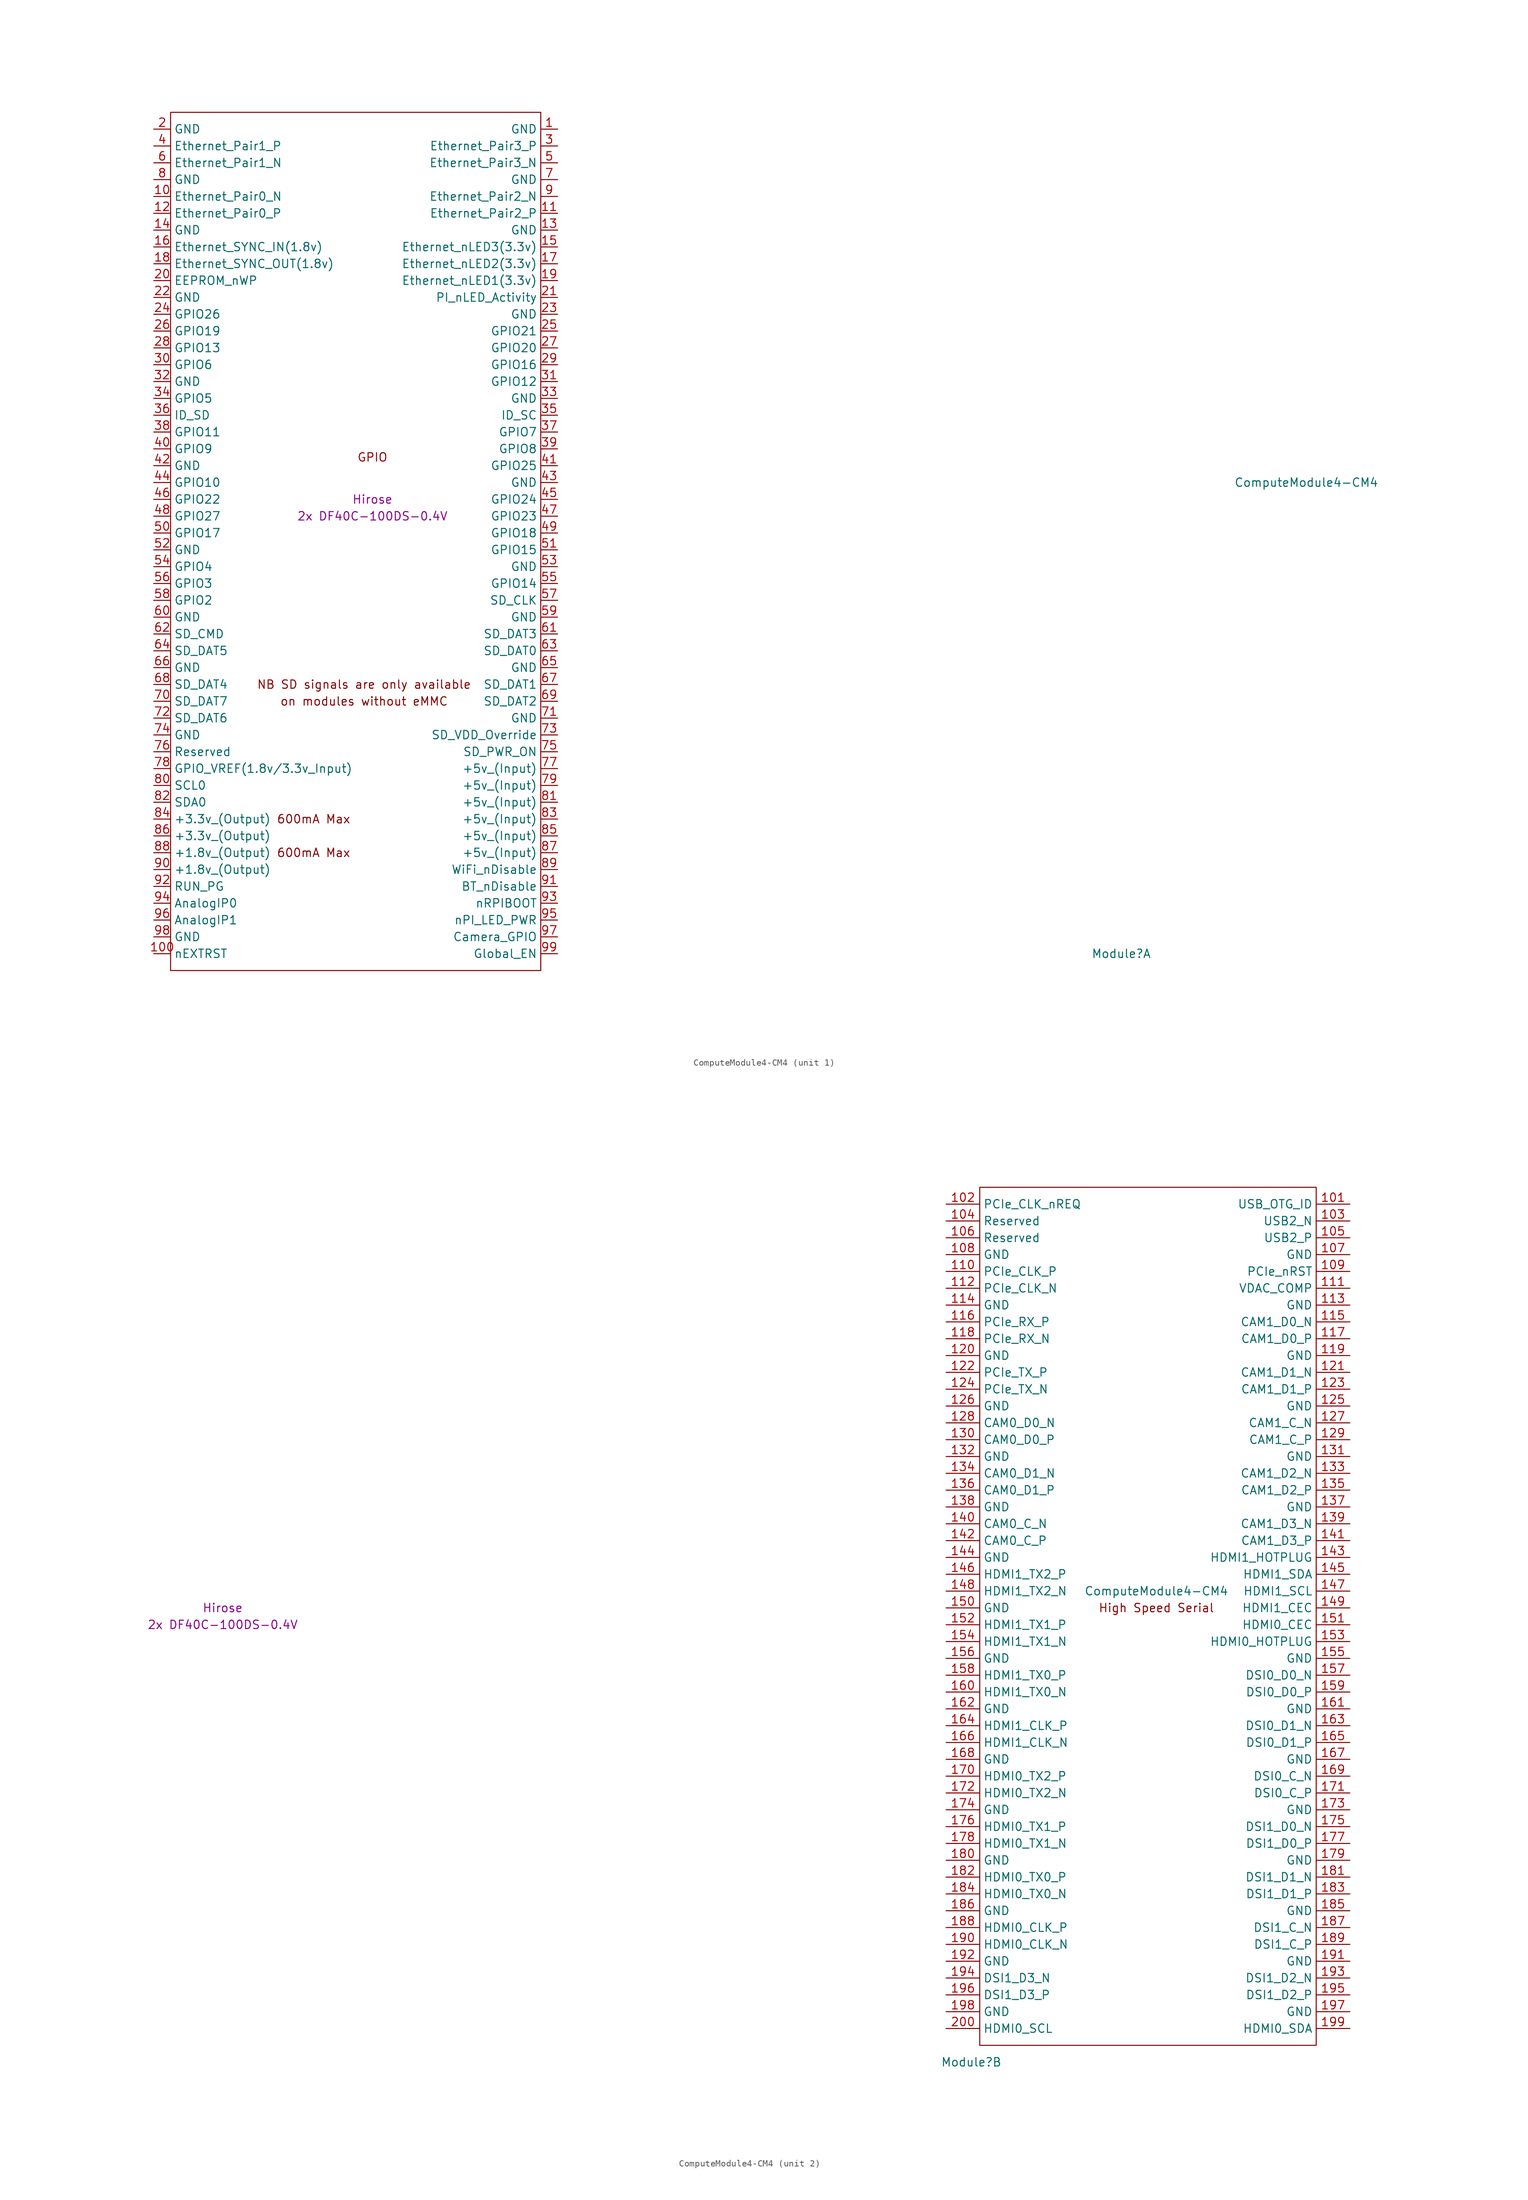
<source format=kicad_sym>
(kicad_symbol_lib
  (version 20201005)
  (generator kicad_symbol_editor)
  (symbol "CM4_MATX:ComputeModule4-CM4"
    (property "Reference" "Module"
      (at 113.03 -68.58 0)
      (effects (font (size 1.27 1.27))))
    (property "Value" "ComputeModule4-CM4"
      (at 140.97 2.54 0)
      (effects (font (size 1.27 1.27))))
    (property "Field4" "Hirose"
      (at 0 0 0)
      (effects (font (size 1.27 1.27))))
    (property "Field5" "2x DF40C-100DS-0.4V"
      (at 0 -2.54 0)
      (effects (font (size 1.27 1.27))))
    (symbol "ComputeModule4-CM4_1_0"
      (text "GPIO" (at 0 6.35 0) (effects (font (size 1.27 1.27)))))
    (symbol "ComputeModule4-CM4_1_1"
      (text "600mA Max" (at -8.89 -53.34 0) (effects (font (size 1.27 1.27))))
      (text "600mA Max" (at -8.89 -48.26 0) (effects (font (size 1.27 1.27))))
      (text "NB SD signals are only available" (at -1.27 -27.94 0) (effects (font (size 1.27 1.27))))
      (text "on modules without eMMC" (at -1.27 -30.48 0) (effects (font (size 1.27 1.27))))
      (rectangle (start -30.48 -71.12) (end 25.4 58.42) (stroke (width 0)) (fill (type none)))
      (pin power_in line (at 27.94 55.88 180) (length 2.54) (name "GND" (effects (font (size 1.27 1.27)))) (number "1" (effects (font (size 1.27 1.27)))))
      (pin passive line (at -33.02 45.72 0) (length 2.54) (name "Ethernet_Pair0_N" (effects (font (size 1.27 1.27)))) (number "10" (effects (font (size 1.27 1.27)))))
      (pin output line (at -33.02 -68.58 0) (length 2.54) (name "nEXTRST" (effects (font (size 1.27 1.27)))) (number "100" (effects (font (size 1.27 1.27)))))
      (pin passive line (at 27.94 43.18 180) (length 2.54) (name "Ethernet_Pair2_P" (effects (font (size 1.27 1.27)))) (number "11" (effects (font (size 1.27 1.27)))))
      (pin passive line (at -33.02 43.18 0) (length 2.54) (name "Ethernet_Pair0_P" (effects (font (size 1.27 1.27)))) (number "12" (effects (font (size 1.27 1.27)))))
      (pin power_in line (at 27.94 40.64 180) (length 2.54) (name "GND" (effects (font (size 1.27 1.27)))) (number "13" (effects (font (size 1.27 1.27)))))
      (pin power_in line (at -33.02 40.64 0) (length 2.54) (name "GND" (effects (font (size 1.27 1.27)))) (number "14" (effects (font (size 1.27 1.27)))))
      (pin output line (at 27.94 38.1 180) (length 2.54) (name "Ethernet_nLED3(3.3v)" (effects (font (size 1.27 1.27)))) (number "15" (effects (font (size 1.27 1.27)))))
      (pin input line (at -33.02 38.1 0) (length 2.54) (name "Ethernet_SYNC_IN(1.8v)" (effects (font (size 1.27 1.27)))) (number "16" (effects (font (size 1.27 1.27)))))
      (pin output line (at 27.94 35.56 180) (length 2.54) (name "Ethernet_nLED2(3.3v)" (effects (font (size 1.27 1.27)))) (number "17" (effects (font (size 1.27 1.27)))))
      (pin input line (at -33.02 35.56 0) (length 2.54) (name "Ethernet_SYNC_OUT(1.8v)" (effects (font (size 1.27 1.27)))) (number "18" (effects (font (size 1.27 1.27)))))
      (pin output line (at 27.94 33.02 180) (length 2.54) (name "Ethernet_nLED1(3.3v)" (effects (font (size 1.27 1.27)))) (number "19" (effects (font (size 1.27 1.27)))))
      (pin power_in line (at -33.02 55.88 0) (length 2.54) (name "GND" (effects (font (size 1.27 1.27)))) (number "2" (effects (font (size 1.27 1.27)))))
      (pin passive line (at -33.02 33.02 0) (length 2.54) (name "EEPROM_nWP" (effects (font (size 1.27 1.27)))) (number "20" (effects (font (size 1.27 1.27)))))
      (pin open_collector line (at 27.94 30.48 180) (length 2.54) (name "PI_nLED_Activity" (effects (font (size 1.27 1.27)))) (number "21" (effects (font (size 1.27 1.27)))))
      (pin power_in line (at -33.02 30.48 0) (length 2.54) (name "GND" (effects (font (size 1.27 1.27)))) (number "22" (effects (font (size 1.27 1.27)))))
      (pin power_in line (at 27.94 27.94 180) (length 2.54) (name "GND" (effects (font (size 1.27 1.27)))) (number "23" (effects (font (size 1.27 1.27)))))
      (pin passive line (at -33.02 27.94 0) (length 2.54) (name "GPIO26" (effects (font (size 1.27 1.27)))) (number "24" (effects (font (size 1.27 1.27)))))
      (pin passive line (at 27.94 25.4 180) (length 2.54) (name "GPIO21" (effects (font (size 1.27 1.27)))) (number "25" (effects (font (size 1.27 1.27)))))
      (pin passive line (at -33.02 25.4 0) (length 2.54) (name "GPIO19" (effects (font (size 1.27 1.27)))) (number "26" (effects (font (size 1.27 1.27)))))
      (pin passive line (at 27.94 22.86 180) (length 2.54) (name "GPIO20" (effects (font (size 1.27 1.27)))) (number "27" (effects (font (size 1.27 1.27)))))
      (pin passive line (at -33.02 22.86 0) (length 2.54) (name "GPIO13" (effects (font (size 1.27 1.27)))) (number "28" (effects (font (size 1.27 1.27)))))
      (pin passive line (at 27.94 20.32 180) (length 2.54) (name "GPIO16" (effects (font (size 1.27 1.27)))) (number "29" (effects (font (size 1.27 1.27)))))
      (pin passive line (at 27.94 53.34 180) (length 2.54) (name "Ethernet_Pair3_P" (effects (font (size 1.27 1.27)))) (number "3" (effects (font (size 1.27 1.27)))))
      (pin passive line (at -33.02 20.32 0) (length 2.54) (name "GPIO6" (effects (font (size 1.27 1.27)))) (number "30" (effects (font (size 1.27 1.27)))))
      (pin passive line (at 27.94 17.78 180) (length 2.54) (name "GPIO12" (effects (font (size 1.27 1.27)))) (number "31" (effects (font (size 1.27 1.27)))))
      (pin power_in line (at -33.02 17.78 0) (length 2.54) (name "GND" (effects (font (size 1.27 1.27)))) (number "32" (effects (font (size 1.27 1.27)))))
      (pin power_in line (at 27.94 15.24 180) (length 2.54) (name "GND" (effects (font (size 1.27 1.27)))) (number "33" (effects (font (size 1.27 1.27)))))
      (pin passive line (at -33.02 15.24 0) (length 2.54) (name "GPIO5" (effects (font (size 1.27 1.27)))) (number "34" (effects (font (size 1.27 1.27)))))
      (pin passive line (at 27.94 12.7 180) (length 2.54) (name "ID_SC" (effects (font (size 1.27 1.27)))) (number "35" (effects (font (size 1.27 1.27)))))
      (pin passive line (at -33.02 12.7 0) (length 2.54) (name "ID_SD" (effects (font (size 1.27 1.27)))) (number "36" (effects (font (size 1.27 1.27)))))
      (pin passive line (at 27.94 10.16 180) (length 2.54) (name "GPIO7" (effects (font (size 1.27 1.27)))) (number "37" (effects (font (size 1.27 1.27)))))
      (pin passive line (at -33.02 10.16 0) (length 2.54) (name "GPIO11" (effects (font (size 1.27 1.27)))) (number "38" (effects (font (size 1.27 1.27)))))
      (pin passive line (at 27.94 7.62 180) (length 2.54) (name "GPIO8" (effects (font (size 1.27 1.27)))) (number "39" (effects (font (size 1.27 1.27)))))
      (pin passive line (at -33.02 53.34 0) (length 2.54) (name "Ethernet_Pair1_P" (effects (font (size 1.27 1.27)))) (number "4" (effects (font (size 1.27 1.27)))))
      (pin passive line (at -33.02 7.62 0) (length 2.54) (name "GPIO9" (effects (font (size 1.27 1.27)))) (number "40" (effects (font (size 1.27 1.27)))))
      (pin passive line (at 27.94 5.08 180) (length 2.54) (name "GPIO25" (effects (font (size 1.27 1.27)))) (number "41" (effects (font (size 1.27 1.27)))))
      (pin power_in line (at -33.02 5.08 0) (length 2.54) (name "GND" (effects (font (size 1.27 1.27)))) (number "42" (effects (font (size 1.27 1.27)))))
      (pin power_in line (at 27.94 2.54 180) (length 2.54) (name "GND" (effects (font (size 1.27 1.27)))) (number "43" (effects (font (size 1.27 1.27)))))
      (pin passive line (at -33.02 2.54 0) (length 2.54) (name "GPIO10" (effects (font (size 1.27 1.27)))) (number "44" (effects (font (size 1.27 1.27)))))
      (pin passive line (at 27.94 0 180) (length 2.54) (name "GPIO24" (effects (font (size 1.27 1.27)))) (number "45" (effects (font (size 1.27 1.27)))))
      (pin passive line (at -33.02 0 0) (length 2.54) (name "GPIO22" (effects (font (size 1.27 1.27)))) (number "46" (effects (font (size 1.27 1.27)))))
      (pin passive line (at 27.94 -2.54 180) (length 2.54) (name "GPIO23" (effects (font (size 1.27 1.27)))) (number "47" (effects (font (size 1.27 1.27)))))
      (pin passive line (at -33.02 -2.54 0) (length 2.54) (name "GPIO27" (effects (font (size 1.27 1.27)))) (number "48" (effects (font (size 1.27 1.27)))))
      (pin passive line (at 27.94 -5.08 180) (length 2.54) (name "GPIO18" (effects (font (size 1.27 1.27)))) (number "49" (effects (font (size 1.27 1.27)))))
      (pin passive line (at 27.94 50.8 180) (length 2.54) (name "Ethernet_Pair3_N" (effects (font (size 1.27 1.27)))) (number "5" (effects (font (size 1.27 1.27)))))
      (pin passive line (at -33.02 -5.08 0) (length 2.54) (name "GPIO17" (effects (font (size 1.27 1.27)))) (number "50" (effects (font (size 1.27 1.27)))))
      (pin passive line (at 27.94 -7.62 180) (length 2.54) (name "GPIO15" (effects (font (size 1.27 1.27)))) (number "51" (effects (font (size 1.27 1.27)))))
      (pin power_in line (at -33.02 -7.62 0) (length 2.54) (name "GND" (effects (font (size 1.27 1.27)))) (number "52" (effects (font (size 1.27 1.27)))))
      (pin power_in line (at 27.94 -10.16 180) (length 2.54) (name "GND" (effects (font (size 1.27 1.27)))) (number "53" (effects (font (size 1.27 1.27)))))
      (pin passive line (at -33.02 -10.16 0) (length 2.54) (name "GPIO4" (effects (font (size 1.27 1.27)))) (number "54" (effects (font (size 1.27 1.27)))))
      (pin passive line (at 27.94 -12.7 180) (length 2.54) (name "GPIO14" (effects (font (size 1.27 1.27)))) (number "55" (effects (font (size 1.27 1.27)))))
      (pin passive line (at -33.02 -12.7 0) (length 2.54) (name "GPIO3" (effects (font (size 1.27 1.27)))) (number "56" (effects (font (size 1.27 1.27)))))
      (pin passive line (at 27.94 -15.24 180) (length 2.54) (name "SD_CLK" (effects (font (size 1.27 1.27)))) (number "57" (effects (font (size 1.27 1.27)))))
      (pin passive line (at -33.02 -15.24 0) (length 2.54) (name "GPIO2" (effects (font (size 1.27 1.27)))) (number "58" (effects (font (size 1.27 1.27)))))
      (pin power_in line (at 27.94 -17.78 180) (length 2.54) (name "GND" (effects (font (size 1.27 1.27)))) (number "59" (effects (font (size 1.27 1.27)))))
      (pin passive line (at -33.02 50.8 0) (length 2.54) (name "Ethernet_Pair1_N" (effects (font (size 1.27 1.27)))) (number "6" (effects (font (size 1.27 1.27)))))
      (pin power_in line (at -33.02 -17.78 0) (length 2.54) (name "GND" (effects (font (size 1.27 1.27)))) (number "60" (effects (font (size 1.27 1.27)))))
      (pin passive line (at 27.94 -20.32 180) (length 2.54) (name "SD_DAT3" (effects (font (size 1.27 1.27)))) (number "61" (effects (font (size 1.27 1.27)))))
      (pin passive line (at -33.02 -20.32 0) (length 2.54) (name "SD_CMD" (effects (font (size 1.27 1.27)))) (number "62" (effects (font (size 1.27 1.27)))))
      (pin passive line (at 27.94 -22.86 180) (length 2.54) (name "SD_DAT0" (effects (font (size 1.27 1.27)))) (number "63" (effects (font (size 1.27 1.27)))))
      (pin passive line (at -33.02 -22.86 0) (length 2.54) (name "SD_DAT5" (effects (font (size 1.27 1.27)))) (number "64" (effects (font (size 1.27 1.27)))))
      (pin power_in line (at 27.94 -25.4 180) (length 2.54) (name "GND" (effects (font (size 1.27 1.27)))) (number "65" (effects (font (size 1.27 1.27)))))
      (pin power_in line (at -33.02 -25.4 0) (length 2.54) (name "GND" (effects (font (size 1.27 1.27)))) (number "66" (effects (font (size 1.27 1.27)))))
      (pin passive line (at 27.94 -27.94 180) (length 2.54) (name "SD_DAT1" (effects (font (size 1.27 1.27)))) (number "67" (effects (font (size 1.27 1.27)))))
      (pin passive line (at -33.02 -27.94 0) (length 2.54) (name "SD_DAT4" (effects (font (size 1.27 1.27)))) (number "68" (effects (font (size 1.27 1.27)))))
      (pin passive line (at 27.94 -30.48 180) (length 2.54) (name "SD_DAT2" (effects (font (size 1.27 1.27)))) (number "69" (effects (font (size 1.27 1.27)))))
      (pin power_in line (at 27.94 48.26 180) (length 2.54) (name "GND" (effects (font (size 1.27 1.27)))) (number "7" (effects (font (size 1.27 1.27)))))
      (pin passive line (at -33.02 -30.48 0) (length 2.54) (name "SD_DAT7" (effects (font (size 1.27 1.27)))) (number "70" (effects (font (size 1.27 1.27)))))
      (pin power_in line (at 27.94 -33.02 180) (length 2.54) (name "GND" (effects (font (size 1.27 1.27)))) (number "71" (effects (font (size 1.27 1.27)))))
      (pin passive line (at -33.02 -33.02 0) (length 2.54) (name "SD_DAT6" (effects (font (size 1.27 1.27)))) (number "72" (effects (font (size 1.27 1.27)))))
      (pin input line (at 27.94 -35.56 180) (length 2.54) (name "SD_VDD_Override" (effects (font (size 1.27 1.27)))) (number "73" (effects (font (size 1.27 1.27)))))
      (pin power_in line (at -33.02 -35.56 0) (length 2.54) (name "GND" (effects (font (size 1.27 1.27)))) (number "74" (effects (font (size 1.27 1.27)))))
      (pin output line (at 27.94 -38.1 180) (length 2.54) (name "SD_PWR_ON" (effects (font (size 1.27 1.27)))) (number "75" (effects (font (size 1.27 1.27)))))
      (pin passive line (at -33.02 -38.1 0) (length 2.54) (name "Reserved" (effects (font (size 1.27 1.27)))) (number "76" (effects (font (size 1.27 1.27)))))
      (pin power_in line (at 27.94 -40.64 180) (length 2.54) (name "+5v_(Input)" (effects (font (size 1.27 1.27)))) (number "77" (effects (font (size 1.27 1.27)))))
      (pin power_in line (at -33.02 -40.64 0) (length 2.54) (name "GPIO_VREF(1.8v/3.3v_Input)" (effects (font (size 1.27 1.27)))) (number "78" (effects (font (size 1.27 1.27)))))
      (pin power_in line (at 27.94 -43.18 180) (length 2.54) (name "+5v_(Input)" (effects (font (size 1.27 1.27)))) (number "79" (effects (font (size 1.27 1.27)))))
      (pin power_in line (at -33.02 48.26 0) (length 2.54) (name "GND" (effects (font (size 1.27 1.27)))) (number "8" (effects (font (size 1.27 1.27)))))
      (pin passive line (at -33.02 -43.18 0) (length 2.54) (name "SCL0" (effects (font (size 1.27 1.27)))) (number "80" (effects (font (size 1.27 1.27)))))
      (pin power_in line (at 27.94 -45.72 180) (length 2.54) (name "+5v_(Input)" (effects (font (size 1.27 1.27)))) (number "81" (effects (font (size 1.27 1.27)))))
      (pin passive line (at -33.02 -45.72 0) (length 2.54) (name "SDA0" (effects (font (size 1.27 1.27)))) (number "82" (effects (font (size 1.27 1.27)))))
      (pin power_in line (at 27.94 -48.26 180) (length 2.54) (name "+5v_(Input)" (effects (font (size 1.27 1.27)))) (number "83" (effects (font (size 1.27 1.27)))))
      (pin power_out line (at -33.02 -48.26 0) (length 2.54) (name "+3.3v_(Output)" (effects (font (size 1.27 1.27)))) (number "84" (effects (font (size 1.27 1.27)))))
      (pin power_in line (at 27.94 -50.8 180) (length 2.54) (name "+5v_(Input)" (effects (font (size 1.27 1.27)))) (number "85" (effects (font (size 1.27 1.27)))))
      (pin power_out line (at -33.02 -50.8 0) (length 2.54) (name "+3.3v_(Output)" (effects (font (size 1.27 1.27)))) (number "86" (effects (font (size 1.27 1.27)))))
      (pin power_in line (at 27.94 -53.34 180) (length 2.54) (name "+5v_(Input)" (effects (font (size 1.27 1.27)))) (number "87" (effects (font (size 1.27 1.27)))))
      (pin power_out line (at -33.02 -53.34 0) (length 2.54) (name "+1.8v_(Output)" (effects (font (size 1.27 1.27)))) (number "88" (effects (font (size 1.27 1.27)))))
      (pin power_in line (at 27.94 -55.88 180) (length 2.54) (name "WiFi_nDisable" (effects (font (size 1.27 1.27)))) (number "89" (effects (font (size 1.27 1.27)))))
      (pin passive line (at 27.94 45.72 180) (length 2.54) (name "Ethernet_Pair2_N" (effects (font (size 1.27 1.27)))) (number "9" (effects (font (size 1.27 1.27)))))
      (pin power_out line (at -33.02 -55.88 0) (length 2.54) (name "+1.8v_(Output)" (effects (font (size 1.27 1.27)))) (number "90" (effects (font (size 1.27 1.27)))))
      (pin power_in line (at 27.94 -58.42 180) (length 2.54) (name "BT_nDisable" (effects (font (size 1.27 1.27)))) (number "91" (effects (font (size 1.27 1.27)))))
      (pin passive line (at -33.02 -58.42 0) (length 2.54) (name "RUN_PG" (effects (font (size 1.27 1.27)))) (number "92" (effects (font (size 1.27 1.27)))))
      (pin input line (at 27.94 -60.96 180) (length 2.54) (name "nRPIBOOT" (effects (font (size 1.27 1.27)))) (number "93" (effects (font (size 1.27 1.27)))))
      (pin passive line (at -33.02 -60.96 0) (length 2.54) (name "AnalogIP0" (effects (font (size 1.27 1.27)))) (number "94" (effects (font (size 1.27 1.27)))))
      (pin output line (at 27.94 -63.5 180) (length 2.54) (name "nPI_LED_PWR" (effects (font (size 1.27 1.27)))) (number "95" (effects (font (size 1.27 1.27)))))
      (pin passive line (at -33.02 -63.5 0) (length 2.54) (name "AnalogIP1" (effects (font (size 1.27 1.27)))) (number "96" (effects (font (size 1.27 1.27)))))
      (pin passive line (at 27.94 -66.04 180) (length 2.54) (name "Camera_GPIO" (effects (font (size 1.27 1.27)))) (number "97" (effects (font (size 1.27 1.27)))))
      (pin power_in line (at -33.02 -66.04 0) (length 2.54) (name "GND" (effects (font (size 1.27 1.27)))) (number "98" (effects (font (size 1.27 1.27)))))
      (pin input line (at 27.94 -68.58 180) (length 2.54) (name "Global_EN" (effects (font (size 1.27 1.27)))) (number "99" (effects (font (size 1.27 1.27))))))
    (symbol "ComputeModule4-CM4_2_1"
      (text "High Speed Serial" (at 140.97 0 0) (effects (font (size 1.27 1.27))))
      (rectangle (start 114.3 -66.04) (end 165.1 63.5) (stroke (width 0)) (fill (type none)))
      (pin input line (at 170.18 60.96 180) (length 5.08) (name "USB_OTG_ID" (effects (font (size 1.27 1.27)))) (number "101" (effects (font (size 1.27 1.27)))))
      (pin input line (at 109.22 60.96 0) (length 5.08) (name "PCIe_CLK_nREQ" (effects (font (size 1.27 1.27)))) (number "102" (effects (font (size 1.27 1.27)))))
      (pin passive line (at 170.18 58.42 180) (length 5.08) (name "USB2_N" (effects (font (size 1.27 1.27)))) (number "103" (effects (font (size 1.27 1.27)))))
      (pin passive line (at 109.22 58.42 0) (length 5.08) (name "Reserved" (effects (font (size 1.27 1.27)))) (number "104" (effects (font (size 1.27 1.27)))))
      (pin passive line (at 170.18 55.88 180) (length 5.08) (name "USB2_P" (effects (font (size 1.27 1.27)))) (number "105" (effects (font (size 1.27 1.27)))))
      (pin passive line (at 109.22 55.88 0) (length 5.08) (name "Reserved" (effects (font (size 1.27 1.27)))) (number "106" (effects (font (size 1.27 1.27)))))
      (pin power_in line (at 170.18 53.34 180) (length 5.08) (name "GND" (effects (font (size 1.27 1.27)))) (number "107" (effects (font (size 1.27 1.27)))))
      (pin power_in line (at 109.22 53.34 0) (length 5.08) (name "GND" (effects (font (size 1.27 1.27)))) (number "108" (effects (font (size 1.27 1.27)))))
      (pin bidirectional line (at 170.18 50.8 180) (length 5.08) (name "PCIe_nRST" (effects (font (size 1.27 1.27)))) (number "109" (effects (font (size 1.27 1.27)))))
      (pin output line (at 109.22 50.8 0) (length 5.08) (name "PCIe_CLK_P" (effects (font (size 1.27 1.27)))) (number "110" (effects (font (size 1.27 1.27)))))
      (pin passive line (at 170.18 48.26 180) (length 5.08) (name "VDAC_COMP" (effects (font (size 1.27 1.27)))) (number "111" (effects (font (size 1.27 1.27)))))
      (pin output line (at 109.22 48.26 0) (length 5.08) (name "PCIe_CLK_N" (effects (font (size 1.27 1.27)))) (number "112" (effects (font (size 1.27 1.27)))))
      (pin power_in line (at 170.18 45.72 180) (length 5.08) (name "GND" (effects (font (size 1.27 1.27)))) (number "113" (effects (font (size 1.27 1.27)))))
      (pin power_in line (at 109.22 45.72 0) (length 5.08) (name "GND" (effects (font (size 1.27 1.27)))) (number "114" (effects (font (size 1.27 1.27)))))
      (pin input line (at 170.18 43.18 180) (length 5.08) (name "CAM1_D0_N" (effects (font (size 1.27 1.27)))) (number "115" (effects (font (size 1.27 1.27)))))
      (pin input line (at 109.22 43.18 0) (length 5.08) (name "PCIe_RX_P" (effects (font (size 1.27 1.27)))) (number "116" (effects (font (size 1.27 1.27)))))
      (pin input line (at 170.18 40.64 180) (length 5.08) (name "CAM1_D0_P" (effects (font (size 1.27 1.27)))) (number "117" (effects (font (size 1.27 1.27)))))
      (pin input line (at 109.22 40.64 0) (length 5.08) (name "PCIe_RX_N" (effects (font (size 1.27 1.27)))) (number "118" (effects (font (size 1.27 1.27)))))
      (pin power_in line (at 170.18 38.1 180) (length 5.08) (name "GND" (effects (font (size 1.27 1.27)))) (number "119" (effects (font (size 1.27 1.27)))))
      (pin power_in line (at 109.22 38.1 0) (length 5.08) (name "GND" (effects (font (size 1.27 1.27)))) (number "120" (effects (font (size 1.27 1.27)))))
      (pin input line (at 170.18 35.56 180) (length 5.08) (name "CAM1_D1_N" (effects (font (size 1.27 1.27)))) (number "121" (effects (font (size 1.27 1.27)))))
      (pin output line (at 109.22 35.56 0) (length 5.08) (name "PCIe_TX_P" (effects (font (size 1.27 1.27)))) (number "122" (effects (font (size 1.27 1.27)))))
      (pin input line (at 170.18 33.02 180) (length 5.08) (name "CAM1_D1_P" (effects (font (size 1.27 1.27)))) (number "123" (effects (font (size 1.27 1.27)))))
      (pin output line (at 109.22 33.02 0) (length 5.08) (name "PCIe_TX_N" (effects (font (size 1.27 1.27)))) (number "124" (effects (font (size 1.27 1.27)))))
      (pin power_in line (at 170.18 30.48 180) (length 5.08) (name "GND" (effects (font (size 1.27 1.27)))) (number "125" (effects (font (size 1.27 1.27)))))
      (pin power_in line (at 109.22 30.48 0) (length 5.08) (name "GND" (effects (font (size 1.27 1.27)))) (number "126" (effects (font (size 1.27 1.27)))))
      (pin input line (at 170.18 27.94 180) (length 5.08) (name "CAM1_C_N" (effects (font (size 1.27 1.27)))) (number "127" (effects (font (size 1.27 1.27)))))
      (pin input line (at 109.22 27.94 0) (length 5.08) (name "CAM0_D0_N" (effects (font (size 1.27 1.27)))) (number "128" (effects (font (size 1.27 1.27)))))
      (pin input line (at 170.18 25.4 180) (length 5.08) (name "CAM1_C_P" (effects (font (size 1.27 1.27)))) (number "129" (effects (font (size 1.27 1.27)))))
      (pin input line (at 109.22 25.4 0) (length 5.08) (name "CAM0_D0_P" (effects (font (size 1.27 1.27)))) (number "130" (effects (font (size 1.27 1.27)))))
      (pin power_in line (at 170.18 22.86 180) (length 5.08) (name "GND" (effects (font (size 1.27 1.27)))) (number "131" (effects (font (size 1.27 1.27)))))
      (pin power_in line (at 109.22 22.86 0) (length 5.08) (name "GND" (effects (font (size 1.27 1.27)))) (number "132" (effects (font (size 1.27 1.27)))))
      (pin input line (at 170.18 20.32 180) (length 5.08) (name "CAM1_D2_N" (effects (font (size 1.27 1.27)))) (number "133" (effects (font (size 1.27 1.27)))))
      (pin input line (at 109.22 20.32 0) (length 5.08) (name "CAM0_D1_N" (effects (font (size 1.27 1.27)))) (number "134" (effects (font (size 1.27 1.27)))))
      (pin input line (at 170.18 17.78 180) (length 5.08) (name "CAM1_D2_P" (effects (font (size 1.27 1.27)))) (number "135" (effects (font (size 1.27 1.27)))))
      (pin input line (at 109.22 17.78 0) (length 5.08) (name "CAM0_D1_P" (effects (font (size 1.27 1.27)))) (number "136" (effects (font (size 1.27 1.27)))))
      (pin power_in line (at 170.18 15.24 180) (length 5.08) (name "GND" (effects (font (size 1.27 1.27)))) (number "137" (effects (font (size 1.27 1.27)))))
      (pin power_in line (at 109.22 15.24 0) (length 5.08) (name "GND" (effects (font (size 1.27 1.27)))) (number "138" (effects (font (size 1.27 1.27)))))
      (pin input line (at 170.18 12.7 180) (length 5.08) (name "CAM1_D3_N" (effects (font (size 1.27 1.27)))) (number "139" (effects (font (size 1.27 1.27)))))
      (pin input line (at 109.22 12.7 0) (length 5.08) (name "CAM0_C_N" (effects (font (size 1.27 1.27)))) (number "140" (effects (font (size 1.27 1.27)))))
      (pin input line (at 170.18 10.16 180) (length 5.08) (name "CAM1_D3_P" (effects (font (size 1.27 1.27)))) (number "141" (effects (font (size 1.27 1.27)))))
      (pin input line (at 109.22 10.16 0) (length 5.08) (name "CAM0_C_P" (effects (font (size 1.27 1.27)))) (number "142" (effects (font (size 1.27 1.27)))))
      (pin input line (at 170.18 7.62 180) (length 5.08) (name "HDMI1_HOTPLUG" (effects (font (size 1.27 1.27)))) (number "143" (effects (font (size 1.27 1.27)))))
      (pin power_in line (at 109.22 7.62 0) (length 5.08) (name "GND" (effects (font (size 1.27 1.27)))) (number "144" (effects (font (size 1.27 1.27)))))
      (pin bidirectional line (at 170.18 5.08 180) (length 5.08) (name "HDMI1_SDA" (effects (font (size 1.27 1.27)))) (number "145" (effects (font (size 1.27 1.27)))))
      (pin output line (at 109.22 5.08 0) (length 5.08) (name "HDMI1_TX2_P" (effects (font (size 1.27 1.27)))) (number "146" (effects (font (size 1.27 1.27)))))
      (pin open_collector line (at 170.18 2.54 180) (length 5.08) (name "HDMI1_SCL" (effects (font (size 1.27 1.27)))) (number "147" (effects (font (size 1.27 1.27)))))
      (pin output line (at 109.22 2.54 0) (length 5.08) (name "HDMI1_TX2_N" (effects (font (size 1.27 1.27)))) (number "148" (effects (font (size 1.27 1.27)))))
      (pin open_collector line (at 170.18 0 180) (length 5.08) (name "HDMI1_CEC" (effects (font (size 1.27 1.27)))) (number "149" (effects (font (size 1.27 1.27)))))
      (pin power_in line (at 109.22 0 0) (length 5.08) (name "GND" (effects (font (size 1.27 1.27)))) (number "150" (effects (font (size 1.27 1.27)))))
      (pin open_collector line (at 170.18 -2.54 180) (length 5.08) (name "HDMI0_CEC" (effects (font (size 1.27 1.27)))) (number "151" (effects (font (size 1.27 1.27)))))
      (pin output line (at 109.22 -2.54 0) (length 5.08) (name "HDMI1_TX1_P" (effects (font (size 1.27 1.27)))) (number "152" (effects (font (size 1.27 1.27)))))
      (pin input line (at 170.18 -5.08 180) (length 5.08) (name "HDMI0_HOTPLUG" (effects (font (size 1.27 1.27)))) (number "153" (effects (font (size 1.27 1.27)))))
      (pin output line (at 109.22 -5.08 0) (length 5.08) (name "HDMI1_TX1_N" (effects (font (size 1.27 1.27)))) (number "154" (effects (font (size 1.27 1.27)))))
      (pin power_in line (at 170.18 -7.62 180) (length 5.08) (name "GND" (effects (font (size 1.27 1.27)))) (number "155" (effects (font (size 1.27 1.27)))))
      (pin power_in line (at 109.22 -7.62 0) (length 5.08) (name "GND" (effects (font (size 1.27 1.27)))) (number "156" (effects (font (size 1.27 1.27)))))
      (pin output line (at 170.18 -10.16 180) (length 5.08) (name "DSI0_D0_N" (effects (font (size 1.27 1.27)))) (number "157" (effects (font (size 1.27 1.27)))))
      (pin output line (at 109.22 -10.16 0) (length 5.08) (name "HDMI1_TX0_P" (effects (font (size 1.27 1.27)))) (number "158" (effects (font (size 1.27 1.27)))))
      (pin output line (at 170.18 -12.7 180) (length 5.08) (name "DSI0_D0_P" (effects (font (size 1.27 1.27)))) (number "159" (effects (font (size 1.27 1.27)))))
      (pin output line (at 109.22 -12.7 0) (length 5.08) (name "HDMI1_TX0_N" (effects (font (size 1.27 1.27)))) (number "160" (effects (font (size 1.27 1.27)))))
      (pin power_in line (at 170.18 -15.24 180) (length 5.08) (name "GND" (effects (font (size 1.27 1.27)))) (number "161" (effects (font (size 1.27 1.27)))))
      (pin power_in line (at 109.22 -15.24 0) (length 5.08) (name "GND" (effects (font (size 1.27 1.27)))) (number "162" (effects (font (size 1.27 1.27)))))
      (pin output line (at 170.18 -17.78 180) (length 5.08) (name "DSI0_D1_N" (effects (font (size 1.27 1.27)))) (number "163" (effects (font (size 1.27 1.27)))))
      (pin output line (at 109.22 -17.78 0) (length 5.08) (name "HDMI1_CLK_P" (effects (font (size 1.27 1.27)))) (number "164" (effects (font (size 1.27 1.27)))))
      (pin output line (at 170.18 -20.32 180) (length 5.08) (name "DSI0_D1_P" (effects (font (size 1.27 1.27)))) (number "165" (effects (font (size 1.27 1.27)))))
      (pin output line (at 109.22 -20.32 0) (length 5.08) (name "HDMI1_CLK_N" (effects (font (size 1.27 1.27)))) (number "166" (effects (font (size 1.27 1.27)))))
      (pin power_in line (at 170.18 -22.86 180) (length 5.08) (name "GND" (effects (font (size 1.27 1.27)))) (number "167" (effects (font (size 1.27 1.27)))))
      (pin power_in line (at 109.22 -22.86 0) (length 5.08) (name "GND" (effects (font (size 1.27 1.27)))) (number "168" (effects (font (size 1.27 1.27)))))
      (pin output line (at 170.18 -25.4 180) (length 5.08) (name "DSI0_C_N" (effects (font (size 1.27 1.27)))) (number "169" (effects (font (size 1.27 1.27)))))
      (pin output line (at 109.22 -25.4 0) (length 5.08) (name "HDMI0_TX2_P" (effects (font (size 1.27 1.27)))) (number "170" (effects (font (size 1.27 1.27)))))
      (pin output line (at 170.18 -27.94 180) (length 5.08) (name "DSI0_C_P" (effects (font (size 1.27 1.27)))) (number "171" (effects (font (size 1.27 1.27)))))
      (pin output line (at 109.22 -27.94 0) (length 5.08) (name "HDMI0_TX2_N" (effects (font (size 1.27 1.27)))) (number "172" (effects (font (size 1.27 1.27)))))
      (pin power_in line (at 170.18 -30.48 180) (length 5.08) (name "GND" (effects (font (size 1.27 1.27)))) (number "173" (effects (font (size 1.27 1.27)))))
      (pin power_in line (at 109.22 -30.48 0) (length 5.08) (name "GND" (effects (font (size 1.27 1.27)))) (number "174" (effects (font (size 1.27 1.27)))))
      (pin output line (at 170.18 -33.02 180) (length 5.08) (name "DSI1_D0_N" (effects (font (size 1.27 1.27)))) (number "175" (effects (font (size 1.27 1.27)))))
      (pin output line (at 109.22 -33.02 0) (length 5.08) (name "HDMI0_TX1_P" (effects (font (size 1.27 1.27)))) (number "176" (effects (font (size 1.27 1.27)))))
      (pin output line (at 170.18 -35.56 180) (length 5.08) (name "DSI1_D0_P" (effects (font (size 1.27 1.27)))) (number "177" (effects (font (size 1.27 1.27)))))
      (pin output line (at 109.22 -35.56 0) (length 5.08) (name "HDMI0_TX1_N" (effects (font (size 1.27 1.27)))) (number "178" (effects (font (size 1.27 1.27)))))
      (pin power_in line (at 170.18 -38.1 180) (length 5.08) (name "GND" (effects (font (size 1.27 1.27)))) (number "179" (effects (font (size 1.27 1.27)))))
      (pin power_in line (at 109.22 -38.1 0) (length 5.08) (name "GND" (effects (font (size 1.27 1.27)))) (number "180" (effects (font (size 1.27 1.27)))))
      (pin output line (at 170.18 -40.64 180) (length 5.08) (name "DSI1_D1_N" (effects (font (size 1.27 1.27)))) (number "181" (effects (font (size 1.27 1.27)))))
      (pin output line (at 109.22 -40.64 0) (length 5.08) (name "HDMI0_TX0_P" (effects (font (size 1.27 1.27)))) (number "182" (effects (font (size 1.27 1.27)))))
      (pin output line (at 170.18 -43.18 180) (length 5.08) (name "DSI1_D1_P" (effects (font (size 1.27 1.27)))) (number "183" (effects (font (size 1.27 1.27)))))
      (pin output line (at 109.22 -43.18 0) (length 5.08) (name "HDMI0_TX0_N" (effects (font (size 1.27 1.27)))) (number "184" (effects (font (size 1.27 1.27)))))
      (pin power_in line (at 170.18 -45.72 180) (length 5.08) (name "GND" (effects (font (size 1.27 1.27)))) (number "185" (effects (font (size 1.27 1.27)))))
      (pin power_in line (at 109.22 -45.72 0) (length 5.08) (name "GND" (effects (font (size 1.27 1.27)))) (number "186" (effects (font (size 1.27 1.27)))))
      (pin output line (at 170.18 -48.26 180) (length 5.08) (name "DSI1_C_N" (effects (font (size 1.27 1.27)))) (number "187" (effects (font (size 1.27 1.27)))))
      (pin output line (at 109.22 -48.26 0) (length 5.08) (name "HDMI0_CLK_P" (effects (font (size 1.27 1.27)))) (number "188" (effects (font (size 1.27 1.27)))))
      (pin output line (at 170.18 -50.8 180) (length 5.08) (name "DSI1_C_P" (effects (font (size 1.27 1.27)))) (number "189" (effects (font (size 1.27 1.27)))))
      (pin output line (at 109.22 -50.8 0) (length 5.08) (name "HDMI0_CLK_N" (effects (font (size 1.27 1.27)))) (number "190" (effects (font (size 1.27 1.27)))))
      (pin power_in line (at 170.18 -53.34 180) (length 5.08) (name "GND" (effects (font (size 1.27 1.27)))) (number "191" (effects (font (size 1.27 1.27)))))
      (pin power_in line (at 109.22 -53.34 0) (length 5.08) (name "GND" (effects (font (size 1.27 1.27)))) (number "192" (effects (font (size 1.27 1.27)))))
      (pin output line (at 170.18 -55.88 180) (length 5.08) (name "DSI1_D2_N" (effects (font (size 1.27 1.27)))) (number "193" (effects (font (size 1.27 1.27)))))
      (pin output line (at 109.22 -55.88 0) (length 5.08) (name "DSI1_D3_N" (effects (font (size 1.27 1.27)))) (number "194" (effects (font (size 1.27 1.27)))))
      (pin output line (at 170.18 -58.42 180) (length 5.08) (name "DSI1_D2_P" (effects (font (size 1.27 1.27)))) (number "195" (effects (font (size 1.27 1.27)))))
      (pin output line (at 109.22 -58.42 0) (length 5.08) (name "DSI1_D3_P" (effects (font (size 1.27 1.27)))) (number "196" (effects (font (size 1.27 1.27)))))
      (pin power_in line (at 170.18 -60.96 180) (length 5.08) (name "GND" (effects (font (size 1.27 1.27)))) (number "197" (effects (font (size 1.27 1.27)))))
      (pin power_in line (at 109.22 -60.96 0) (length 5.08) (name "GND" (effects (font (size 1.27 1.27)))) (number "198" (effects (font (size 1.27 1.27)))))
      (pin bidirectional line (at 170.18 -63.5 180) (length 5.08) (name "HDMI0_SDA" (effects (font (size 1.27 1.27)))) (number "199" (effects (font (size 1.27 1.27)))))
      (pin open_collector line (at 109.22 -63.5 0) (length 5.08) (name "HDMI0_SCL" (effects (font (size 1.27 1.27)))) (number "200" (effects (font (size 1.27 1.27))))))))
</source>
